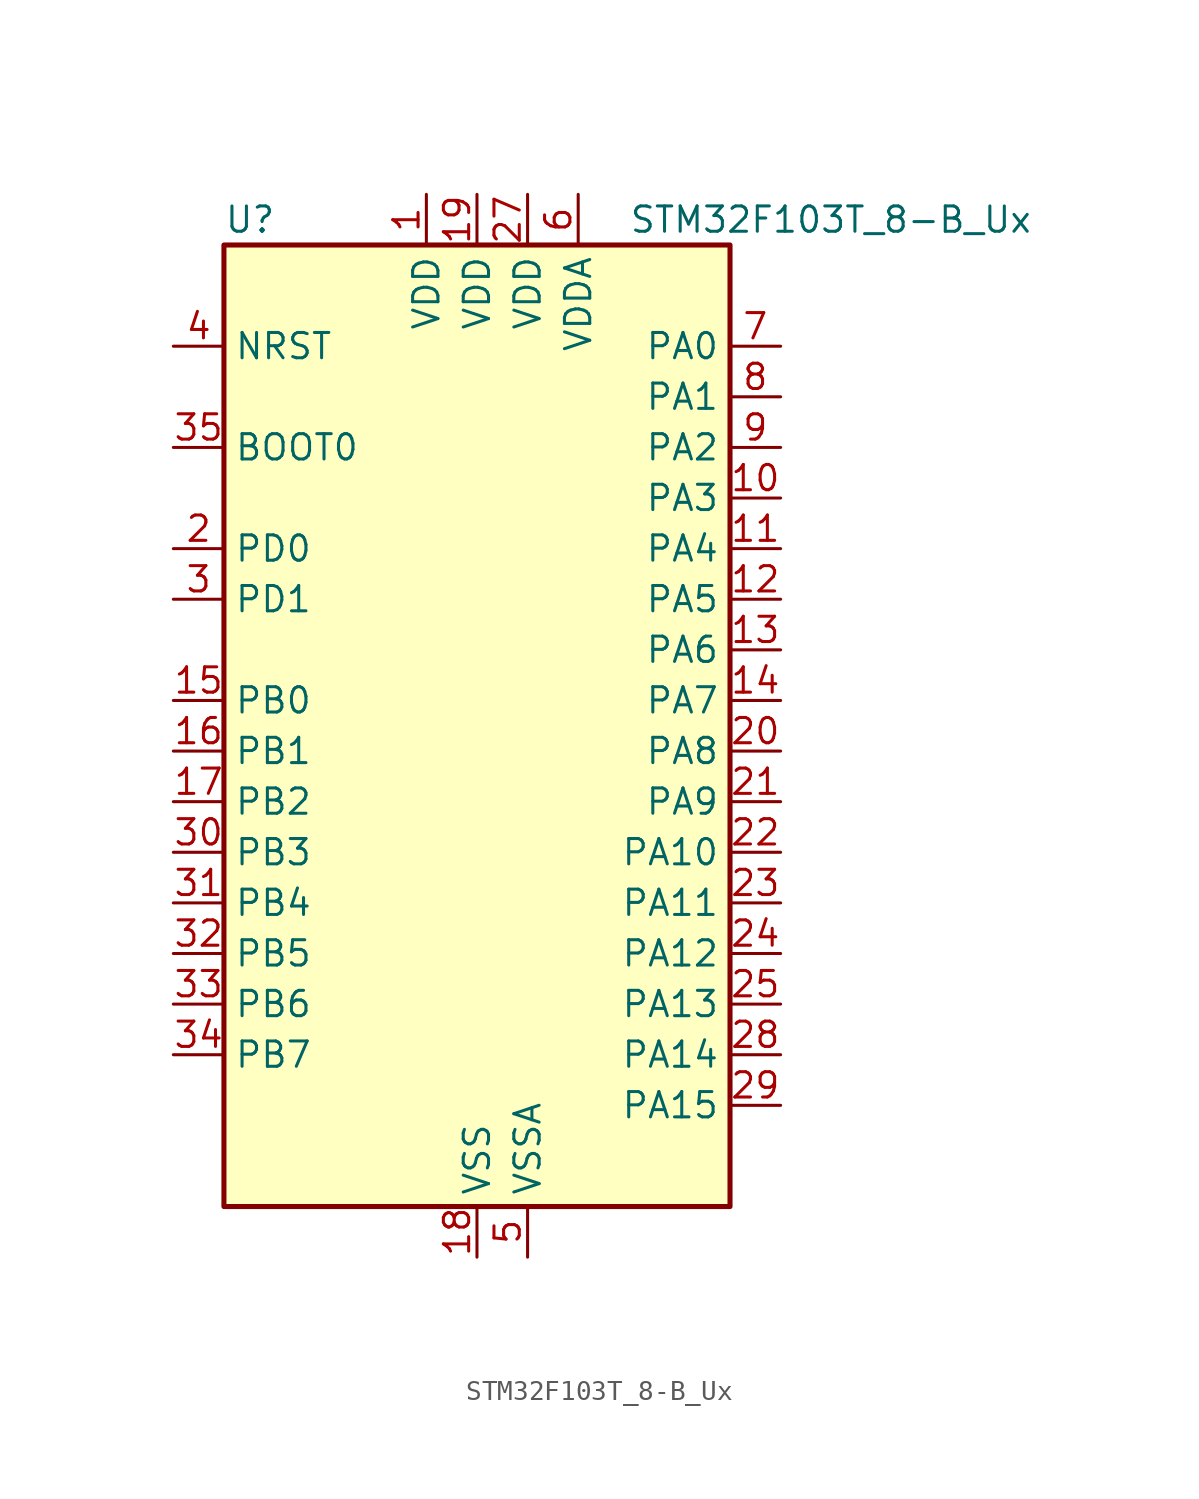
<source format=kicad_sym>
(kicad_symbol_lib
  (version 20241209)
  (generator "kicad_symbol_editor")
  (generator_version "9.0")
  (symbol "STM32F103T_8-B_Ux"
    (property "Reference" "U"
      (at -12.7 26.67 0)
      (effects (font (size 1.27 1.27)) (justify left)))
    (property "Value" "STM32F103T_8-B_Ux"
      (at 7.62 26.67 0)
      (effects (font (size 1.27 1.27)) (justify left)))
    (symbol "STM32F103T_8-B_Ux_0_1"
      (rectangle (start -12.7 -22.86) (end 12.7 25.4) (stroke (width 0.254) (type default)) (fill (type background))))
    (symbol "STM32F103T_8-B_Ux_1_1"
      (pin input line (at -15.24 20.32 0) (length 2.54) (name "NRST" (effects (font (size 1.27 1.27)))) (number "4" (effects (font (size 1.27 1.27)))))
      (pin input line (at -15.24 15.24 0) (length 2.54) (name "BOOT0" (effects (font (size 1.27 1.27)))) (number "35" (effects (font (size 1.27 1.27)))))
      (pin bidirectional line (at -15.24 10.16 0) (length 2.54) (name "PD0" (effects (font (size 1.27 1.27)))) (number "2" (effects (font (size 1.27 1.27)))) (alternate "RCC_OSC_IN" bidirectional line))
      (pin bidirectional line (at -15.24 7.62 0) (length 2.54) (name "PD1" (effects (font (size 1.27 1.27)))) (number "3" (effects (font (size 1.27 1.27)))) (alternate "RCC_OSC_OUT" bidirectional line))
      (pin bidirectional line (at -15.24 2.54 0) (length 2.54) (name "PB0" (effects (font (size 1.27 1.27)))) (number "15" (effects (font (size 1.27 1.27)))) (alternate "ADC1_IN8" bidirectional line) (alternate "ADC2_IN8" bidirectional line) (alternate "TIM1_CH2N" bidirectional line) (alternate "TIM3_CH3" bidirectional line))
      (pin bidirectional line (at -15.24 0 0) (length 2.54) (name "PB1" (effects (font (size 1.27 1.27)))) (number "16" (effects (font (size 1.27 1.27)))) (alternate "ADC1_IN9" bidirectional line) (alternate "ADC2_IN9" bidirectional line) (alternate "TIM1_CH3N" bidirectional line) (alternate "TIM3_CH4" bidirectional line))
      (pin bidirectional line (at -15.24 -2.54 0) (length 2.54) (name "PB2" (effects (font (size 1.27 1.27)))) (number "17" (effects (font (size 1.27 1.27)))))
      (pin bidirectional line (at -15.24 -5.08 0) (length 2.54) (name "PB3" (effects (font (size 1.27 1.27)))) (number "30" (effects (font (size 1.27 1.27)))) (alternate "SPI1_SCK" bidirectional line) (alternate "SYS_JTDO-TRACESWO" bidirectional line) (alternate "TIM2_CH2" bidirectional line))
      (pin bidirectional line (at -15.24 -7.62 0) (length 2.54) (name "PB4" (effects (font (size 1.27 1.27)))) (number "31" (effects (font (size 1.27 1.27)))) (alternate "SPI1_MISO" bidirectional line) (alternate "SYS_NJTRST" bidirectional line) (alternate "TIM3_CH1" bidirectional line))
      (pin bidirectional line (at -15.24 -10.16 0) (length 2.54) (name "PB5" (effects (font (size 1.27 1.27)))) (number "32" (effects (font (size 1.27 1.27)))) (alternate "I2C1_SMBA" bidirectional line) (alternate "SPI1_MOSI" bidirectional line) (alternate "TIM3_CH2" bidirectional line))
      (pin bidirectional line (at -15.24 -12.7 0) (length 2.54) (name "PB6" (effects (font (size 1.27 1.27)))) (number "33" (effects (font (size 1.27 1.27)))) (alternate "I2C1_SCL" bidirectional line) (alternate "TIM4_CH1" bidirectional line) (alternate "USART1_TX" bidirectional line))
      (pin bidirectional line (at -15.24 -15.24 0) (length 2.54) (name "PB7" (effects (font (size 1.27 1.27)))) (number "34" (effects (font (size 1.27 1.27)))) (alternate "I2C1_SDA" bidirectional line) (alternate "TIM4_CH2" bidirectional line) (alternate "USART1_RX" bidirectional line))
      (pin power_in line (at -2.54 27.94 270) (length 2.54) (name "VDD" (effects (font (size 1.27 1.27)))) (number "1" (effects (font (size 1.27 1.27)))))
      (pin power_in line (at 0 27.94 270) (length 2.54) (name "VDD" (effects (font (size 1.27 1.27)))) (number "19" (effects (font (size 1.27 1.27)))))
      (pin power_in line (at 0 -25.4 90) (length 2.54) (name "VSS" (effects (font (size 1.27 1.27)))) (number "18" (effects (font (size 1.27 1.27)))))
      (pin passive line (at 0 -25.4 90) (length 2.54) (hide yes) (name "VSS" (effects (font (size 1.27 1.27)))) (number "26" (effects (font (size 1.27 1.27)))))
      (pin passive line (at 0 -25.4 90) (length 2.54) (hide yes) (name "VSS" (effects (font (size 1.27 1.27)))) (number "36" (effects (font (size 1.27 1.27)))))
      (pin passive line (at 0 -25.4 90) (length 2.54) (hide yes) (name "VSS" (effects (font (size 1.27 1.27)))) (number "37" (effects (font (size 1.27 1.27)))))
      (pin power_in line (at 2.54 27.94 270) (length 2.54) (name "VDD" (effects (font (size 1.27 1.27)))) (number "27" (effects (font (size 1.27 1.27)))))
      (pin power_in line (at 2.54 -25.4 90) (length 2.54) (name "VSSA" (effects (font (size 1.27 1.27)))) (number "5" (effects (font (size 1.27 1.27)))))
      (pin power_in line (at 5.08 27.94 270) (length 2.54) (name "VDDA" (effects (font (size 1.27 1.27)))) (number "6" (effects (font (size 1.27 1.27)))))
      (pin bidirectional line (at 15.24 20.32 180) (length 2.54) (name "PA0" (effects (font (size 1.27 1.27)))) (number "7" (effects (font (size 1.27 1.27)))) (alternate "ADC1_IN0" bidirectional line) (alternate "ADC2_IN0" bidirectional line) (alternate "SYS_WKUP" bidirectional line) (alternate "TIM2_CH1" bidirectional line) (alternate "TIM2_ETR" bidirectional line) (alternate "USART2_CTS" bidirectional line))
      (pin bidirectional line (at 15.24 17.78 180) (length 2.54) (name "PA1" (effects (font (size 1.27 1.27)))) (number "8" (effects (font (size 1.27 1.27)))) (alternate "ADC1_IN1" bidirectional line) (alternate "ADC2_IN1" bidirectional line) (alternate "TIM2_CH2" bidirectional line) (alternate "USART2_RTS" bidirectional line))
      (pin bidirectional line (at 15.24 15.24 180) (length 2.54) (name "PA2" (effects (font (size 1.27 1.27)))) (number "9" (effects (font (size 1.27 1.27)))) (alternate "ADC1_IN2" bidirectional line) (alternate "ADC2_IN2" bidirectional line) (alternate "TIM2_CH3" bidirectional line) (alternate "USART2_TX" bidirectional line))
      (pin bidirectional line (at 15.24 12.7 180) (length 2.54) (name "PA3" (effects (font (size 1.27 1.27)))) (number "10" (effects (font (size 1.27 1.27)))) (alternate "ADC1_IN3" bidirectional line) (alternate "ADC2_IN3" bidirectional line) (alternate "TIM2_CH4" bidirectional line) (alternate "USART2_RX" bidirectional line))
      (pin bidirectional line (at 15.24 10.16 180) (length 2.54) (name "PA4" (effects (font (size 1.27 1.27)))) (number "11" (effects (font (size 1.27 1.27)))) (alternate "ADC1_IN4" bidirectional line) (alternate "ADC2_IN4" bidirectional line) (alternate "SPI1_NSS" bidirectional line) (alternate "USART2_CK" bidirectional line))
      (pin bidirectional line (at 15.24 7.62 180) (length 2.54) (name "PA5" (effects (font (size 1.27 1.27)))) (number "12" (effects (font (size 1.27 1.27)))) (alternate "ADC1_IN5" bidirectional line) (alternate "ADC2_IN5" bidirectional line) (alternate "SPI1_SCK" bidirectional line))
      (pin bidirectional line (at 15.24 5.08 180) (length 2.54) (name "PA6" (effects (font (size 1.27 1.27)))) (number "13" (effects (font (size 1.27 1.27)))) (alternate "ADC1_IN6" bidirectional line) (alternate "ADC2_IN6" bidirectional line) (alternate "SPI1_MISO" bidirectional line) (alternate "TIM1_BKIN" bidirectional line) (alternate "TIM3_CH1" bidirectional line))
      (pin bidirectional line (at 15.24 2.54 180) (length 2.54) (name "PA7" (effects (font (size 1.27 1.27)))) (number "14" (effects (font (size 1.27 1.27)))) (alternate "ADC1_IN7" bidirectional line) (alternate "ADC2_IN7" bidirectional line) (alternate "SPI1_MOSI" bidirectional line) (alternate "TIM1_CH1N" bidirectional line) (alternate "TIM3_CH2" bidirectional line))
      (pin bidirectional line (at 15.24 0 180) (length 2.54) (name "PA8" (effects (font (size 1.27 1.27)))) (number "20" (effects (font (size 1.27 1.27)))) (alternate "RCC_MCO" bidirectional line) (alternate "TIM1_CH1" bidirectional line) (alternate "USART1_CK" bidirectional line))
      (pin bidirectional line (at 15.24 -2.54 180) (length 2.54) (name "PA9" (effects (font (size 1.27 1.27)))) (number "21" (effects (font (size 1.27 1.27)))) (alternate "TIM1_CH2" bidirectional line) (alternate "USART1_TX" bidirectional line))
      (pin bidirectional line (at 15.24 -5.08 180) (length 2.54) (name "PA10" (effects (font (size 1.27 1.27)))) (number "22" (effects (font (size 1.27 1.27)))) (alternate "TIM1_CH3" bidirectional line) (alternate "USART1_RX" bidirectional line))
      (pin bidirectional line (at 15.24 -7.62 180) (length 2.54) (name "PA11" (effects (font (size 1.27 1.27)))) (number "23" (effects (font (size 1.27 1.27)))) (alternate "ADC1_EXTI11" bidirectional line) (alternate "ADC2_EXTI11" bidirectional line) (alternate "CAN_RX" bidirectional line) (alternate "TIM1_CH4" bidirectional line) (alternate "USART1_CTS" bidirectional line) (alternate "USB_DM" bidirectional line))
      (pin bidirectional line (at 15.24 -10.16 180) (length 2.54) (name "PA12" (effects (font (size 1.27 1.27)))) (number "24" (effects (font (size 1.27 1.27)))) (alternate "CAN_TX" bidirectional line) (alternate "TIM1_ETR" bidirectional line) (alternate "USART1_RTS" bidirectional line) (alternate "USB_DP" bidirectional line))
      (pin bidirectional line (at 15.24 -12.7 180) (length 2.54) (name "PA13" (effects (font (size 1.27 1.27)))) (number "25" (effects (font (size 1.27 1.27)))) (alternate "SYS_JTMS-SWDIO" bidirectional line))
      (pin bidirectional line (at 15.24 -15.24 180) (length 2.54) (name "PA14" (effects (font (size 1.27 1.27)))) (number "28" (effects (font (size 1.27 1.27)))) (alternate "SYS_JTCK-SWCLK" bidirectional line))
      (pin bidirectional line (at 15.24 -17.78 180) (length 2.54) (name "PA15" (effects (font (size 1.27 1.27)))) (number "29" (effects (font (size 1.27 1.27)))) (alternate "ADC1_EXTI15" bidirectional line) (alternate "ADC2_EXTI15" bidirectional line) (alternate "SPI1_NSS" bidirectional line) (alternate "SYS_JTDI" bidirectional line) (alternate "TIM2_CH1" bidirectional line) (alternate "TIM2_ETR" bidirectional line)))))
</source>
